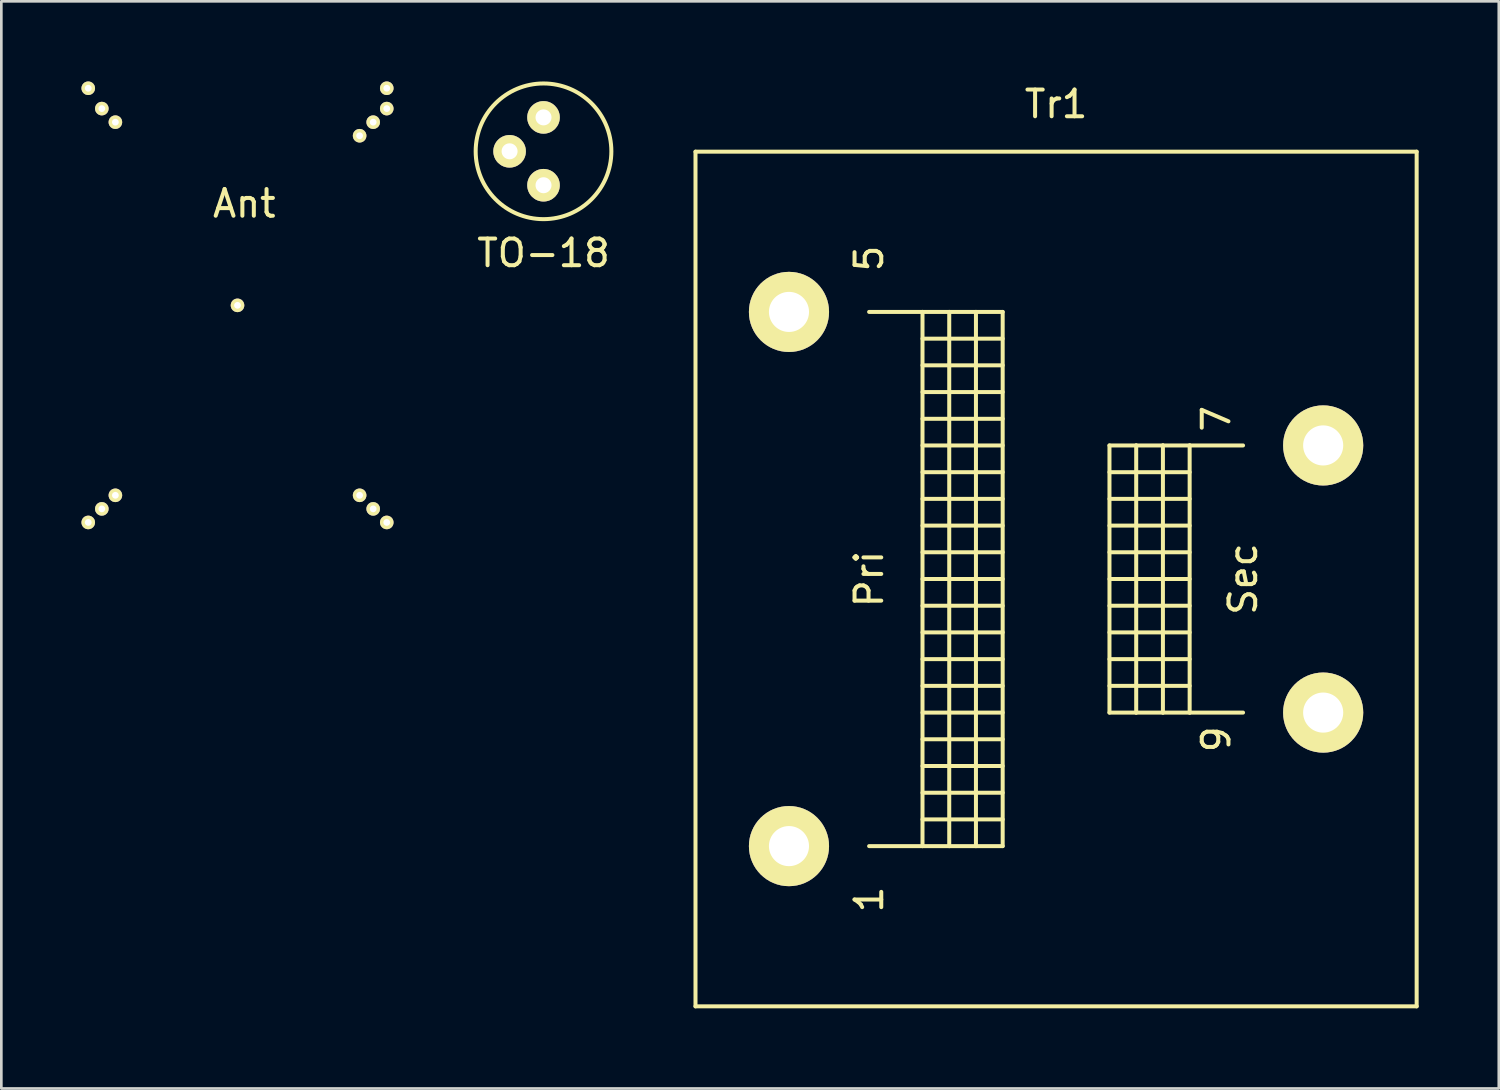
<source format=kicad_pcb>
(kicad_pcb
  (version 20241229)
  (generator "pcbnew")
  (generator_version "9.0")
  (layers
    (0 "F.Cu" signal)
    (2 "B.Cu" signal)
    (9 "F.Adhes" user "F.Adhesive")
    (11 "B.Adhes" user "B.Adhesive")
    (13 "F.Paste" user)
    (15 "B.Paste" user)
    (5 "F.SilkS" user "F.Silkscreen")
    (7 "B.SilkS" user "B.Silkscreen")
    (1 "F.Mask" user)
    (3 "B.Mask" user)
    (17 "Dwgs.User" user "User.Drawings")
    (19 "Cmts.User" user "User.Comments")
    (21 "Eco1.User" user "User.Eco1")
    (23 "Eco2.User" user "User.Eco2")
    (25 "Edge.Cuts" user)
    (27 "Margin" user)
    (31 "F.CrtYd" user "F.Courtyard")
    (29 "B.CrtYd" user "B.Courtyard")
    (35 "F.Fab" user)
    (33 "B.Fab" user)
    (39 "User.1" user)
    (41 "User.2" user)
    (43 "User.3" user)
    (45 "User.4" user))
  (footprint "Tr1"
    (layer "F.Cu")
    (at 36.489 18.628)
    (property "Reference" "Tr1" (at 0 -17.78 0) (layer "F.SilkS") (effects (font (size 1 1) (thickness 0.15))))
    (attr through_hole)
    (fp_line (start -13.5 -15.999) (end -13.5 15.999) (stroke (width 0.15) (type solid)) (layer "F.SilkS"))
    (fp_line (start -13.5 15.999) (end 13.5 15.999) (stroke (width 0.15) (type solid)) (layer "F.SilkS"))
    (fp_line (start -7 -10) (end -5.001 -10) (stroke (width 0.15) (type solid)) (layer "F.SilkS"))
    (fp_line (start -5.001 -10) (end -5.001 10) (stroke (width 0.15) (type solid)) (layer "F.SilkS"))
    (fp_line (start -5.001 -10) (end -4 -10) (stroke (width 0.15) (type solid)) (layer "F.SilkS"))
    (fp_line (start -5.001 -8.999) (end -1.999 -8.999) (stroke (width 0.15) (type solid)) (layer "F.SilkS"))
    (fp_line (start -5.001 -7) (end -1.999 -7) (stroke (width 0.15) (type solid)) (layer "F.SilkS"))
    (fp_line (start -5.001 -5.001) (end -1.999 -5.001) (stroke (width 0.15) (type solid)) (layer "F.SilkS"))
    (fp_line (start -5.001 -3) (end -1.999 -3) (stroke (width 0.15) (type solid)) (layer "F.SilkS"))
    (fp_line (start -5.001 -1.001) (end -1.999 -1.001) (stroke (width 0.15) (type solid)) (layer "F.SilkS"))
    (fp_line (start -5.001 1.001) (end -1.999 1.001) (stroke (width 0.15) (type solid)) (layer "F.SilkS"))
    (fp_line (start -5.001 3) (end -1.999 3) (stroke (width 0.15) (type solid)) (layer "F.SilkS"))
    (fp_line (start -5.001 5.001) (end -1.999 5.001) (stroke (width 0.15) (type solid)) (layer "F.SilkS"))
    (fp_line (start -5.001 7) (end -1.999 7) (stroke (width 0.15) (type solid)) (layer "F.SilkS"))
    (fp_line (start -5.001 8.999) (end -1.999 8.999) (stroke (width 0.15) (type solid)) (layer "F.SilkS"))
    (fp_line (start -5.001 10) (end -7 10) (stroke (width 0.15) (type solid)) (layer "F.SilkS"))
    (fp_line (start -4 -10) (end -4 10) (stroke (width 0.15) (type solid)) (layer "F.SilkS"))
    (fp_line (start -4 -10) (end -3 -10) (stroke (width 0.15) (type solid)) (layer "F.SilkS"))
    (fp_line (start -4 10) (end -5.001 10) (stroke (width 0.15) (type solid)) (layer "F.SilkS"))
    (fp_line (start -3 -10) (end -3 10) (stroke (width 0.15) (type solid)) (layer "F.SilkS"))
    (fp_line (start -3 -10) (end -1.999 -10) (stroke (width 0.15) (type solid)) (layer "F.SilkS"))
    (fp_line (start -3 10) (end -4 10) (stroke (width 0.15) (type solid)) (layer "F.SilkS"))
    (fp_line (start -1.999 -10) (end -1.999 10) (stroke (width 0.15) (type solid)) (layer "F.SilkS"))
    (fp_line (start -1.999 -8.001) (end -5.001 -8.001) (stroke (width 0.15) (type solid)) (layer "F.SilkS"))
    (fp_line (start -1.999 -5.999) (end -5.001 -5.999) (stroke (width 0.15) (type solid)) (layer "F.SilkS"))
    (fp_line (start -1.999 -4) (end -5.001 -4) (stroke (width 0.15) (type solid)) (layer "F.SilkS"))
    (fp_line (start -1.999 -1.999) (end -5.001 -1.999) (stroke (width 0.15) (type solid)) (layer "F.SilkS"))
    (fp_line (start -1.999 0) (end -5.001 0) (stroke (width 0.15) (type solid)) (layer "F.SilkS"))
    (fp_line (start -1.999 1.999) (end -5.001 1.999) (stroke (width 0.15) (type solid)) (layer "F.SilkS"))
    (fp_line (start -1.999 4) (end -5.001 4) (stroke (width 0.15) (type solid)) (layer "F.SilkS"))
    (fp_line (start -1.999 5.999) (end -5.001 5.999) (stroke (width 0.15) (type solid)) (layer "F.SilkS"))
    (fp_line (start -1.999 8.001) (end -5.001 8.001) (stroke (width 0.15) (type solid)) (layer "F.SilkS"))
    (fp_line (start -1.999 10) (end -3 10) (stroke (width 0.15) (type solid)) (layer "F.SilkS"))
    (fp_line (start 1.999 -5.001) (end 1.999 5.001) (stroke (width 0.15) (type solid)) (layer "F.SilkS"))
    (fp_line (start 1.999 -4) (end 5.001 -4) (stroke (width 0.15) (type solid)) (layer "F.SilkS"))
    (fp_line (start 1.999 -1.999) (end 5.001 -1.999) (stroke (width 0.15) (type solid)) (layer "F.SilkS"))
    (fp_line (start 1.999 0) (end 5.001 0) (stroke (width 0.15) (type solid)) (layer "F.SilkS"))
    (fp_line (start 1.999 1.999) (end 5.001 1.999) (stroke (width 0.15) (type solid)) (layer "F.SilkS"))
    (fp_line (start 1.999 4) (end 5.001 4) (stroke (width 0.15) (type solid)) (layer "F.SilkS"))
    (fp_line (start 1.999 5.001) (end 3 5.001) (stroke (width 0.15) (type solid)) (layer "F.SilkS"))
    (fp_line (start 3 -5.001) (end 1.999 -5.001) (stroke (width 0.15) (type solid)) (layer "F.SilkS"))
    (fp_line (start 3 -5.001) (end 3 5.001) (stroke (width 0.15) (type solid)) (layer "F.SilkS"))
    (fp_line (start 3 5.001) (end 4 5.001) (stroke (width 0.15) (type solid)) (layer "F.SilkS"))
    (fp_line (start 4 -5.001) (end 3 -5.001) (stroke (width 0.15) (type solid)) (layer "F.SilkS"))
    (fp_line (start 4 -5.001) (end 4 5.001) (stroke (width 0.15) (type solid)) (layer "F.SilkS"))
    (fp_line (start 4 5.001) (end 5.001 5.001) (stroke (width 0.15) (type solid)) (layer "F.SilkS"))
    (fp_line (start 5.001 -5.001) (end 4 -5.001) (stroke (width 0.15) (type solid)) (layer "F.SilkS"))
    (fp_line (start 5.001 -5.001) (end 5.001 5.001) (stroke (width 0.15) (type solid)) (layer "F.SilkS"))
    (fp_line (start 5.001 -3) (end 1.999 -3) (stroke (width 0.15) (type solid)) (layer "F.SilkS"))
    (fp_line (start 5.001 -1.001) (end 1.999 -1.001) (stroke (width 0.15) (type solid)) (layer "F.SilkS"))
    (fp_line (start 5.001 1.001) (end 1.999 1.001) (stroke (width 0.15) (type solid)) (layer "F.SilkS"))
    (fp_line (start 5.001 3) (end 1.999 3) (stroke (width 0.15) (type solid)) (layer "F.SilkS"))
    (fp_line (start 5.001 5.001) (end 7 5.001) (stroke (width 0.15) (type solid)) (layer "F.SilkS"))
    (fp_line (start 7 -5.001) (end 5.001 -5.001) (stroke (width 0.15) (type solid)) (layer "F.SilkS"))
    (fp_line (start 13.5 -15.999) (end -13.5 -15.999) (stroke (width 0.15) (type solid)) (layer "F.SilkS"))
    (fp_line (start 13.5 15.999) (end 13.5 -15.999) (stroke (width 0.15) (type solid)) (layer "F.SilkS"))
    (fp_text user "9" (at 5.999 6.002 90) (layer "F.SilkS") (effects (font (size 1 1) (thickness 0.15))))
    (fp_text user "5" (at -7 -11.999 90) (layer "F.SilkS") (effects (font (size 1 1) (thickness 0.15))))
    (fp_text user "Sec" (at 7 0 90) (layer "F.SilkS") (effects (font (size 1 1) (thickness 0.15))))
    (fp_text user "1" (at -7 11.999 90) (layer "F.SilkS") (effects (font (size 1 1) (thickness 0.15))))
    (fp_text user "7" (at 5.999 -5.999 90) (layer "F.SilkS") (effects (font (size 1 1) (thickness 0.15))))
    (fp_text user "Pri" (at -7 0 90) (layer "F.SilkS") (effects (font (size 1 1) (thickness 0.15))))
    (pad "1" thru_hole circle (at -10 10) (size 3 3) (drill 1.501) (layers "*.Cu" "*.Mask" "F.SilkS"))
    (pad "2" thru_hole circle (at -10 -10) (size 3 3) (drill 1.501) (layers "*.Cu" "*.Mask" "F.SilkS"))
    (pad "3" thru_hole circle (at 10 5.001) (size 3 3) (drill 1.501) (layers "*.Cu" "*.Mask" "F.SilkS"))
    (pad "4" thru_hole circle (at 10 -5.001) (size 3 3) (drill 1.501) (layers "*.Cu" "*.Mask" "F.SilkS")))
  (footprint "Ant"
    (layer "F.Cu")
    (at 5.842 8.382)
    (property "Reference" "Ant" (at 0.254 -3.81 0) (layer "F.SilkS") (effects (font (size 1 1) (thickness 0.15))))
    (attr through_hole)
    (pad "1" thru_hole circle (at 5.588 -8.128) (size 0.508 0.508) (drill 0.254) (layers "*.Cu" "*.Mask" "F.SilkS"))
    (pad "2" thru_hole circle (at -5.588 -8.128) (size 0.508 0.508) (drill 0.254) (layers "*.Cu" "*.Mask" "F.SilkS"))
    (pad "3" thru_hole circle (at -5.588 8.128) (size 0.508 0.508) (drill 0.254) (layers "*.Cu" "*.Mask" "F.SilkS"))
    (pad "4" thru_hole circle (at 5.588 8.128) (size 0.508 0.508) (drill 0.254) (layers "*.Cu" "*.Mask" "F.SilkS"))
    (pad "5" thru_hole circle (at 5.588 -7.366) (size 0.508 0.508) (drill 0.254) (layers "*.Cu" "*.Mask" "F.SilkS"))
    (pad "6" thru_hole circle (at -5.08 -7.366) (size 0.508 0.508) (drill 0.254) (layers "*.Cu" "*.Mask" "F.SilkS"))
    (pad "7" thru_hole circle (at -5.08 7.62) (size 0.508 0.508) (drill 0.254) (layers "*.Cu" "*.Mask" "F.SilkS"))
    (pad "8" thru_hole circle (at 5.08 7.62) (size 0.508 0.508) (drill 0.254) (layers "*.Cu" "*.Mask" "F.SilkS"))
    (pad "9" thru_hole circle (at 5.08 -6.858) (size 0.508 0.508) (drill 0.254) (layers "*.Cu" "*.Mask" "F.SilkS"))
    (pad "10" thru_hole circle (at -4.572 -6.858) (size 0.508 0.508) (drill 0.254) (layers "*.Cu" "*.Mask" "F.SilkS"))
    (pad "11" thru_hole circle (at -4.572 7.112) (size 0.508 0.508) (drill 0.254) (layers "*.Cu" "*.Mask" "F.SilkS"))
    (pad "12" thru_hole circle (at 4.572 7.112) (size 0.508 0.508) (drill 0.254) (layers "*.Cu" "*.Mask" "F.SilkS"))
    (pad "13" thru_hole circle (at 4.572 -6.35) (size 0.508 0.508) (drill 0.254) (layers "*.Cu" "*.Mask" "F.SilkS"))
    (pad "14" thru_hole circle (at 0 0) (size 0.508 0.508) (drill 0.254) (layers "*.Cu" "*.Mask" "F.SilkS")))
  (footprint "TO-18"
    (layer "F.Cu")
    (at 17.299 2.615)
    (property "Reference" "TO-18" (at 0 3.81 0) (layer "F.SilkS") (effects (font (size 1 1) (thickness 0.15))))
    (attr through_hole)
    (fp_circle (center 0 0) (end 2.54 0) (stroke (width 0.15) (type solid)) (fill no) (layer "F.SilkS"))
    (pad "1" thru_hole circle (at 0 -1.27) (size 1.219 1.219) (drill 0.599) (layers "*.Cu" "*.Mask" "F.SilkS"))
    (pad "2" thru_hole circle (at -1.27 0) (size 1.219 1.219) (drill 0.599) (layers "*.Cu" "*.Mask" "F.SilkS"))
    (pad "3" thru_hole circle (at 0 1.27) (size 1.219 1.219) (drill 0.599) (layers "*.Cu" "*.Mask" "F.SilkS")))
  (gr_rect
    (start -3 -3)
    (end 53.064 37.703)
    (stroke (width 0.1) (type default))
    (fill no)
    (layer "Edge.Cuts")))
</source>
